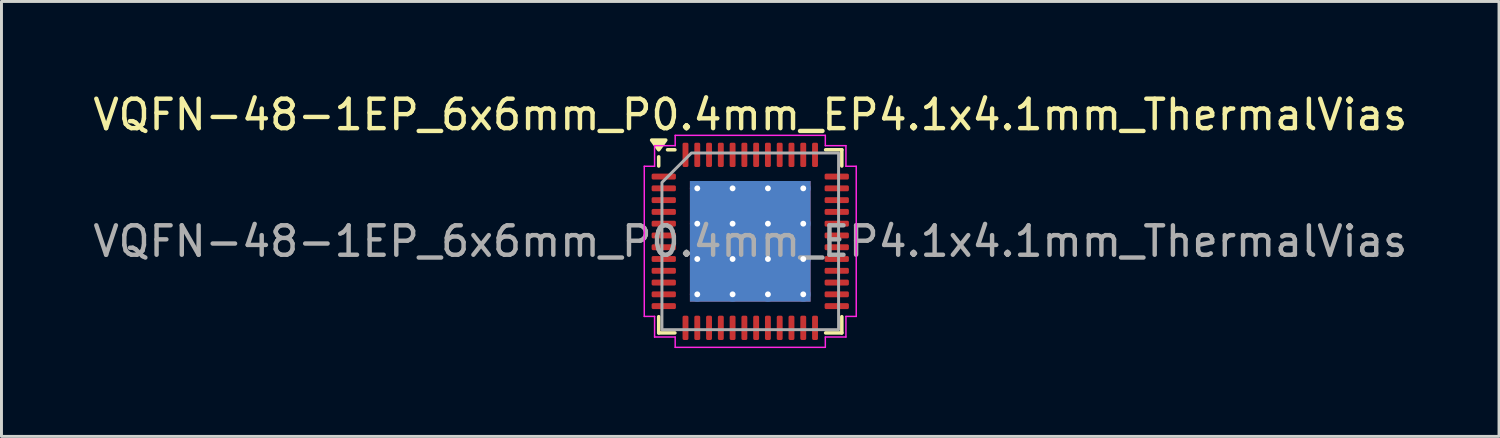
<source format=kicad_pcb>
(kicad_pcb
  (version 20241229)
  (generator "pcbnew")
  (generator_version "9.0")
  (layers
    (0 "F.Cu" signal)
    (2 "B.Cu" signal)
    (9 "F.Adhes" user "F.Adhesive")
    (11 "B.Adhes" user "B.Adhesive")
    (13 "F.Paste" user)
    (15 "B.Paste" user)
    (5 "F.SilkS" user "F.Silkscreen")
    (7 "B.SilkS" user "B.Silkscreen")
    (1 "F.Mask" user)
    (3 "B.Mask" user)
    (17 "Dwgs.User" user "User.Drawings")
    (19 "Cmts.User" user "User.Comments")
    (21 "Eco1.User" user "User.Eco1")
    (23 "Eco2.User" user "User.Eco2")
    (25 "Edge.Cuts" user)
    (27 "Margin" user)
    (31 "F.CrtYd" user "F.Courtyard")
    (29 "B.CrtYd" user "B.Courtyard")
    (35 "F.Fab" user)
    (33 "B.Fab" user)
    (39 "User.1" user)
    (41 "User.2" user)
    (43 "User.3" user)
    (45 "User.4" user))
  (footprint "VQFN-48-1EP_6x6mm_P0.4mm_EP4.1x4.1mm_ThermalVias"
    (layer "F.Cu")
    (at 22.435 5.148)
    (property "Reference" "VQFN-48-1EP_6x6mm_P0.4mm_EP4.1x4.1mm_ThermalVias" (at 0 -4.3 0) (layer "F.SilkS") (effects (font (size 1 1) (thickness 0.15))))
    (attr smd)
    (fp_line (start -3.11 -2.56) (end -3.11 -2.87) (stroke (width 0.12) (type solid)) (layer "F.SilkS"))
    (fp_line (start -3.11 3.11) (end -3.11 2.56) (stroke (width 0.12) (type solid)) (layer "F.SilkS"))
    (fp_line (start -2.56 -3.11) (end -2.81 -3.11) (stroke (width 0.12) (type solid)) (layer "F.SilkS"))
    (fp_line (start -2.56 3.11) (end -3.11 3.11) (stroke (width 0.12) (type solid)) (layer "F.SilkS"))
    (fp_line (start 2.56 -3.11) (end 3.11 -3.11) (stroke (width 0.12) (type solid)) (layer "F.SilkS"))
    (fp_line (start 2.56 3.11) (end 3.11 3.11) (stroke (width 0.12) (type solid)) (layer "F.SilkS"))
    (fp_line (start 3.11 -3.11) (end 3.11 -2.56) (stroke (width 0.12) (type solid)) (layer "F.SilkS"))
    (fp_line (start 3.11 3.11) (end 3.11 2.56) (stroke (width 0.12) (type solid)) (layer "F.SilkS"))
    (fp_poly (pts (xy -3.11 -3.11) (xy -3.35 -3.44) (xy -2.87 -3.44)) (stroke (width 0.12) (type solid)) (fill yes) (layer "F.SilkS"))
    (fp_line (start -3.6 -2.55) (end -3.25 -2.55) (stroke (width 0.05) (type solid)) (layer "F.CrtYd"))
    (fp_line (start -3.6 2.55) (end -3.6 -2.55) (stroke (width 0.05) (type solid)) (layer "F.CrtYd"))
    (fp_line (start -3.25 -3.25) (end -2.55 -3.25) (stroke (width 0.05) (type solid)) (layer "F.CrtYd"))
    (fp_line (start -3.25 -2.55) (end -3.25 -3.25) (stroke (width 0.05) (type solid)) (layer "F.CrtYd"))
    (fp_line (start -3.25 2.55) (end -3.6 2.55) (stroke (width 0.05) (type solid)) (layer "F.CrtYd"))
    (fp_line (start -3.25 3.25) (end -3.25 2.55) (stroke (width 0.05) (type solid)) (layer "F.CrtYd"))
    (fp_line (start -2.55 -3.6) (end 2.55 -3.6) (stroke (width 0.05) (type solid)) (layer "F.CrtYd"))
    (fp_line (start -2.55 -3.25) (end -2.55 -3.6) (stroke (width 0.05) (type solid)) (layer "F.CrtYd"))
    (fp_line (start -2.55 3.25) (end -3.25 3.25) (stroke (width 0.05) (type solid)) (layer "F.CrtYd"))
    (fp_line (start -2.55 3.6) (end -2.55 3.25) (stroke (width 0.05) (type solid)) (layer "F.CrtYd"))
    (fp_line (start 2.55 -3.6) (end 2.55 -3.25) (stroke (width 0.05) (type solid)) (layer "F.CrtYd"))
    (fp_line (start 2.55 -3.25) (end 3.25 -3.25) (stroke (width 0.05) (type solid)) (layer "F.CrtYd"))
    (fp_line (start 2.55 3.25) (end 2.55 3.6) (stroke (width 0.05) (type solid)) (layer "F.CrtYd"))
    (fp_line (start 2.55 3.6) (end -2.55 3.6) (stroke (width 0.05) (type solid)) (layer "F.CrtYd"))
    (fp_line (start 3.25 -3.25) (end 3.25 -2.55) (stroke (width 0.05) (type solid)) (layer "F.CrtYd"))
    (fp_line (start 3.25 -2.55) (end 3.6 -2.55) (stroke (width 0.05) (type solid)) (layer "F.CrtYd"))
    (fp_line (start 3.25 2.55) (end 3.25 3.25) (stroke (width 0.05) (type solid)) (layer "F.CrtYd"))
    (fp_line (start 3.25 3.25) (end 2.55 3.25) (stroke (width 0.05) (type solid)) (layer "F.CrtYd"))
    (fp_line (start 3.6 -2.55) (end 3.6 2.55) (stroke (width 0.05) (type solid)) (layer "F.CrtYd"))
    (fp_line (start 3.6 2.55) (end 3.25 2.55) (stroke (width 0.05) (type solid)) (layer "F.CrtYd"))
    (fp_poly (pts (xy -3 -2) (xy -3 3) (xy 3 3) (xy 3 -3) (xy -2 -3)) (stroke (width 0.1) (type solid)) (fill no) (layer "F.Fab"))
    (fp_text user "${REFERENCE}" (at 0 0 0) (layer "F.Fab") (effects (font (size 1 1) (thickness 0.15))))
    (pad "" smd roundrect (at -1.37 -1.37) (size 1.1 1.1) (layers "F.Paste") (roundrect_rratio 0.227))
    (pad "" smd roundrect (at -1.37 0) (size 1.1 1.1) (layers "F.Paste") (roundrect_rratio 0.227))
    (pad "" smd roundrect (at -1.37 1.37) (size 1.1 1.1) (layers "F.Paste") (roundrect_rratio 0.227))
    (pad "" smd roundrect (at 0 -1.37) (size 1.1 1.1) (layers "F.Paste") (roundrect_rratio 0.227))
    (pad "" smd roundrect (at 0 0) (size 1.1 1.1) (layers "F.Paste") (roundrect_rratio 0.227))
    (pad "" smd roundrect (at 0 1.37) (size 1.1 1.1) (layers "F.Paste") (roundrect_rratio 0.227))
    (pad "" smd roundrect (at 1.37 -1.37) (size 1.1 1.1) (layers "F.Paste") (roundrect_rratio 0.227))
    (pad "" smd roundrect (at 1.37 0) (size 1.1 1.1) (layers "F.Paste") (roundrect_rratio 0.227))
    (pad "" smd roundrect (at 1.37 1.37) (size 1.1 1.1) (layers "F.Paste") (roundrect_rratio 0.227))
    (pad "1" smd roundrect (at -2.938 -2.2) (size 0.825 0.2) (layers "F.Cu" "F.Mask" "F.Paste") (roundrect_rratio 0.25))
    (pad "2" smd roundrect (at -2.938 -1.8) (size 0.825 0.2) (layers "F.Cu" "F.Mask" "F.Paste") (roundrect_rratio 0.25))
    (pad "3" smd roundrect (at -2.938 -1.4) (size 0.825 0.2) (layers "F.Cu" "F.Mask" "F.Paste") (roundrect_rratio 0.25))
    (pad "4" smd roundrect (at -2.938 -1) (size 0.825 0.2) (layers "F.Cu" "F.Mask" "F.Paste") (roundrect_rratio 0.25))
    (pad "5" smd roundrect (at -2.938 -0.6) (size 0.825 0.2) (layers "F.Cu" "F.Mask" "F.Paste") (roundrect_rratio 0.25))
    (pad "6" smd roundrect (at -2.938 -0.2) (size 0.825 0.2) (layers "F.Cu" "F.Mask" "F.Paste") (roundrect_rratio 0.25))
    (pad "7" smd roundrect (at -2.938 0.2) (size 0.825 0.2) (layers "F.Cu" "F.Mask" "F.Paste") (roundrect_rratio 0.25))
    (pad "8" smd roundrect (at -2.938 0.6) (size 0.825 0.2) (layers "F.Cu" "F.Mask" "F.Paste") (roundrect_rratio 0.25))
    (pad "9" smd roundrect (at -2.938 1) (size 0.825 0.2) (layers "F.Cu" "F.Mask" "F.Paste") (roundrect_rratio 0.25))
    (pad "10" smd roundrect (at -2.938 1.4) (size 0.825 0.2) (layers "F.Cu" "F.Mask" "F.Paste") (roundrect_rratio 0.25))
    (pad "11" smd roundrect (at -2.938 1.8) (size 0.825 0.2) (layers "F.Cu" "F.Mask" "F.Paste") (roundrect_rratio 0.25))
    (pad "12" smd roundrect (at -2.938 2.2) (size 0.825 0.2) (layers "F.Cu" "F.Mask" "F.Paste") (roundrect_rratio 0.25))
    (pad "13" smd roundrect (at -2.2 2.938) (size 0.2 0.825) (layers "F.Cu" "F.Mask" "F.Paste") (roundrect_rratio 0.25))
    (pad "14" smd roundrect (at -1.8 2.938) (size 0.2 0.825) (layers "F.Cu" "F.Mask" "F.Paste") (roundrect_rratio 0.25))
    (pad "15" smd roundrect (at -1.4 2.938) (size 0.2 0.825) (layers "F.Cu" "F.Mask" "F.Paste") (roundrect_rratio 0.25))
    (pad "16" smd roundrect (at -1 2.938) (size 0.2 0.825) (layers "F.Cu" "F.Mask" "F.Paste") (roundrect_rratio 0.25))
    (pad "17" smd roundrect (at -0.6 2.938) (size 0.2 0.825) (layers "F.Cu" "F.Mask" "F.Paste") (roundrect_rratio 0.25))
    (pad "18" smd roundrect (at -0.2 2.938) (size 0.2 0.825) (layers "F.Cu" "F.Mask" "F.Paste") (roundrect_rratio 0.25))
    (pad "19" smd roundrect (at 0.2 2.938) (size 0.2 0.825) (layers "F.Cu" "F.Mask" "F.Paste") (roundrect_rratio 0.25))
    (pad "20" smd roundrect (at 0.6 2.938) (size 0.2 0.825) (layers "F.Cu" "F.Mask" "F.Paste") (roundrect_rratio 0.25))
    (pad "21" smd roundrect (at 1 2.938) (size 0.2 0.825) (layers "F.Cu" "F.Mask" "F.Paste") (roundrect_rratio 0.25))
    (pad "22" smd roundrect (at 1.4 2.938) (size 0.2 0.825) (layers "F.Cu" "F.Mask" "F.Paste") (roundrect_rratio 0.25))
    (pad "23" smd roundrect (at 1.8 2.938) (size 0.2 0.825) (layers "F.Cu" "F.Mask" "F.Paste") (roundrect_rratio 0.25))
    (pad "24" smd roundrect (at 2.2 2.938) (size 0.2 0.825) (layers "F.Cu" "F.Mask" "F.Paste") (roundrect_rratio 0.25))
    (pad "25" smd roundrect (at 2.938 2.2) (size 0.825 0.2) (layers "F.Cu" "F.Mask" "F.Paste") (roundrect_rratio 0.25))
    (pad "26" smd roundrect (at 2.938 1.8) (size 0.825 0.2) (layers "F.Cu" "F.Mask" "F.Paste") (roundrect_rratio 0.25))
    (pad "27" smd roundrect (at 2.938 1.4) (size 0.825 0.2) (layers "F.Cu" "F.Mask" "F.Paste") (roundrect_rratio 0.25))
    (pad "28" smd roundrect (at 2.938 1) (size 0.825 0.2) (layers "F.Cu" "F.Mask" "F.Paste") (roundrect_rratio 0.25))
    (pad "29" smd roundrect (at 2.938 0.6) (size 0.825 0.2) (layers "F.Cu" "F.Mask" "F.Paste") (roundrect_rratio 0.25))
    (pad "30" smd roundrect (at 2.938 0.2) (size 0.825 0.2) (layers "F.Cu" "F.Mask" "F.Paste") (roundrect_rratio 0.25))
    (pad "31" smd roundrect (at 2.938 -0.2) (size 0.825 0.2) (layers "F.Cu" "F.Mask" "F.Paste") (roundrect_rratio 0.25))
    (pad "32" smd roundrect (at 2.938 -0.6) (size 0.825 0.2) (layers "F.Cu" "F.Mask" "F.Paste") (roundrect_rratio 0.25))
    (pad "33" smd roundrect (at 2.938 -1) (size 0.825 0.2) (layers "F.Cu" "F.Mask" "F.Paste") (roundrect_rratio 0.25))
    (pad "34" smd roundrect (at 2.938 -1.4) (size 0.825 0.2) (layers "F.Cu" "F.Mask" "F.Paste") (roundrect_rratio 0.25))
    (pad "35" smd roundrect (at 2.938 -1.8) (size 0.825 0.2) (layers "F.Cu" "F.Mask" "F.Paste") (roundrect_rratio 0.25))
    (pad "36" smd roundrect (at 2.938 -2.2) (size 0.825 0.2) (layers "F.Cu" "F.Mask" "F.Paste") (roundrect_rratio 0.25))
    (pad "37" smd roundrect (at 2.2 -2.938) (size 0.2 0.825) (layers "F.Cu" "F.Mask" "F.Paste") (roundrect_rratio 0.25))
    (pad "38" smd roundrect (at 1.8 -2.938) (size 0.2 0.825) (layers "F.Cu" "F.Mask" "F.Paste") (roundrect_rratio 0.25))
    (pad "39" smd roundrect (at 1.4 -2.938) (size 0.2 0.825) (layers "F.Cu" "F.Mask" "F.Paste") (roundrect_rratio 0.25))
    (pad "40" smd roundrect (at 1 -2.938) (size 0.2 0.825) (layers "F.Cu" "F.Mask" "F.Paste") (roundrect_rratio 0.25))
    (pad "41" smd roundrect (at 0.6 -2.938) (size 0.2 0.825) (layers "F.Cu" "F.Mask" "F.Paste") (roundrect_rratio 0.25))
    (pad "42" smd roundrect (at 0.2 -2.938) (size 0.2 0.825) (layers "F.Cu" "F.Mask" "F.Paste") (roundrect_rratio 0.25))
    (pad "43" smd roundrect (at -0.2 -2.938) (size 0.2 0.825) (layers "F.Cu" "F.Mask" "F.Paste") (roundrect_rratio 0.25))
    (pad "44" smd roundrect (at -0.6 -2.938) (size 0.2 0.825) (layers "F.Cu" "F.Mask" "F.Paste") (roundrect_rratio 0.25))
    (pad "45" smd roundrect (at -1 -2.938) (size 0.2 0.825) (layers "F.Cu" "F.Mask" "F.Paste") (roundrect_rratio 0.25))
    (pad "46" smd roundrect (at -1.4 -2.938) (size 0.2 0.825) (layers "F.Cu" "F.Mask" "F.Paste") (roundrect_rratio 0.25))
    (pad "47" smd roundrect (at -1.8 -2.938) (size 0.2 0.825) (layers "F.Cu" "F.Mask" "F.Paste") (roundrect_rratio 0.25))
    (pad "48" smd roundrect (at -2.2 -2.938) (size 0.2 0.825) (layers "F.Cu" "F.Mask" "F.Paste") (roundrect_rratio 0.25))
    (pad "49" thru_hole circle (at -1.8 -1.8) (size 0.5 0.5) (drill 0.2) (property pad_prop_heatsink) (layers "*.Cu"))
    (pad "49" thru_hole circle (at -1.8 -0.6) (size 0.5 0.5) (drill 0.2) (property pad_prop_heatsink) (layers "*.Cu"))
    (pad "49" thru_hole circle (at -1.8 0.6) (size 0.5 0.5) (drill 0.2) (property pad_prop_heatsink) (layers "*.Cu"))
    (pad "49" thru_hole circle (at -1.8 1.8) (size 0.5 0.5) (drill 0.2) (property pad_prop_heatsink) (layers "*.Cu"))
    (pad "49" thru_hole circle (at -0.6 -1.8) (size 0.5 0.5) (drill 0.2) (property pad_prop_heatsink) (layers "*.Cu"))
    (pad "49" thru_hole circle (at -0.6 -0.6) (size 0.5 0.5) (drill 0.2) (property pad_prop_heatsink) (layers "*.Cu"))
    (pad "49" thru_hole circle (at -0.6 0.6) (size 0.5 0.5) (drill 0.2) (property pad_prop_heatsink) (layers "*.Cu"))
    (pad "49" thru_hole circle (at -0.6 1.8) (size 0.5 0.5) (drill 0.2) (property pad_prop_heatsink) (layers "*.Cu"))
    (pad "49" smd rect (at 0 0) (size 4.1 4.1) (property pad_prop_heatsink) (layers "F.Cu" "F.Mask"))
    (pad "49" smd rect (at 0 0) (size 4.1 4.1) (property pad_prop_heatsink) (layers "B.Cu"))
    (pad "49" thru_hole circle (at 0.6 -1.8) (size 0.5 0.5) (drill 0.2) (property pad_prop_heatsink) (layers "*.Cu"))
    (pad "49" thru_hole circle (at 0.6 -0.6) (size 0.5 0.5) (drill 0.2) (property pad_prop_heatsink) (layers "*.Cu"))
    (pad "49" thru_hole circle (at 0.6 0.6) (size 0.5 0.5) (drill 0.2) (property pad_prop_heatsink) (layers "*.Cu"))
    (pad "49" thru_hole circle (at 0.6 1.8) (size 0.5 0.5) (drill 0.2) (property pad_prop_heatsink) (layers "*.Cu"))
    (pad "49" thru_hole circle (at 1.8 -1.8) (size 0.5 0.5) (drill 0.2) (property pad_prop_heatsink) (layers "*.Cu"))
    (pad "49" thru_hole circle (at 1.8 -0.6) (size 0.5 0.5) (drill 0.2) (property pad_prop_heatsink) (layers "*.Cu"))
    (pad "49" thru_hole circle (at 1.8 0.6) (size 0.5 0.5) (drill 0.2) (property pad_prop_heatsink) (layers "*.Cu"))
    (pad "49" thru_hole circle (at 1.8 1.8) (size 0.5 0.5) (drill 0.2) (property pad_prop_heatsink) (layers "*.Cu")))
  (gr_rect
    (start -3 -3)
    (end 47.869 11.773)
    (stroke (width 0.1) (type default))
    (fill no)
    (layer "Edge.Cuts")))
</source>
